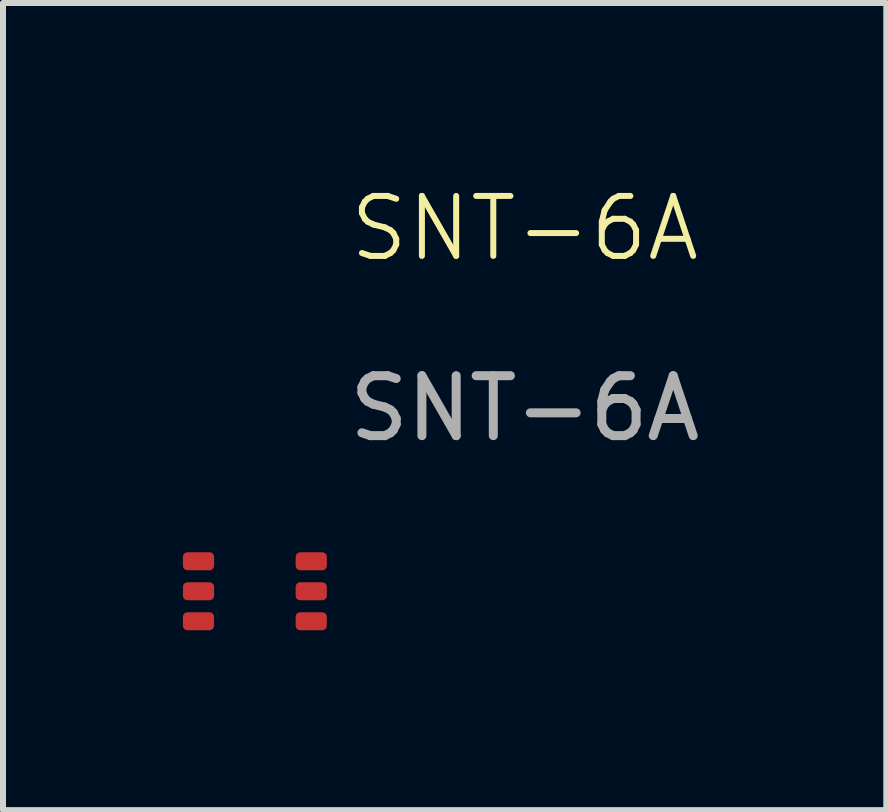
<source format=kicad_pcb>
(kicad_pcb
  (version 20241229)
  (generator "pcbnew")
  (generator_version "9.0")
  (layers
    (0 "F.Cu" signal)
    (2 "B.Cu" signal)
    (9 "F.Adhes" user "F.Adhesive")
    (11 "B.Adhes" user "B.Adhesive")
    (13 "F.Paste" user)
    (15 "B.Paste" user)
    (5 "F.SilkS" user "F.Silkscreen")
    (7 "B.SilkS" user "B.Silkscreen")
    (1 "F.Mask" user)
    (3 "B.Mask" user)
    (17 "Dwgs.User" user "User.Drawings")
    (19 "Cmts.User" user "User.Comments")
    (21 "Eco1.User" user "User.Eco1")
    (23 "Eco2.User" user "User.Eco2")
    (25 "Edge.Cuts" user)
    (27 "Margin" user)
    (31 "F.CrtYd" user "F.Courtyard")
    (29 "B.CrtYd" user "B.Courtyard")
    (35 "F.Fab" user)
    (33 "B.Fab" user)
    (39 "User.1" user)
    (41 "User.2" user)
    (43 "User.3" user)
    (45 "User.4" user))
  (footprint "SNT-6A"
    (layer "F.Cu")
    (at 0.52 6.16)
    (property "Reference" "SNT-6A" (at 5.18 -5.4 0) (unlocked yes) (layer "F.SilkS") (effects (font (size 1 1) (thickness 0.1))))
    (attr smd)
    (fp_text user "${REFERENCE}" (at 5.18 -2.4 0) (unlocked yes) (layer "F.Fab") (effects (font (size 1 1) (thickness 0.15))))
    (pad "1" smd roundrect (at -0.26 0.15) (size 0.52 0.3) (layers "F.Cu" "F.Mask" "F.Paste") (roundrect_rratio 0.25))
    (pad "2" smd roundrect (at -0.26 0.65) (size 0.52 0.3) (layers "F.Cu" "F.Mask" "F.Paste") (roundrect_rratio 0.25))
    (pad "3" smd roundrect (at -0.26 1.15) (size 0.52 0.3) (layers "F.Cu" "F.Mask" "F.Paste") (roundrect_rratio 0.25))
    (pad "4" smd roundrect (at 1.62 0.15) (size 0.52 0.3) (layers "F.Cu" "F.Mask" "F.Paste") (roundrect_rratio 0.25))
    (pad "5" smd roundrect (at 1.62 0.65) (size 0.52 0.3) (layers "F.Cu" "F.Mask" "F.Paste") (roundrect_rratio 0.25))
    (pad "6" smd roundrect (at 1.62 1.15) (size 0.52 0.3) (layers "F.Cu" "F.Mask" "F.Paste") (roundrect_rratio 0.25)))
  (gr_rect
    (start -3 -3)
    (end 11.73 10.46)
    (stroke (width 0.1) (type default))
    (fill no)
    (layer "Edge.Cuts")))
</source>
